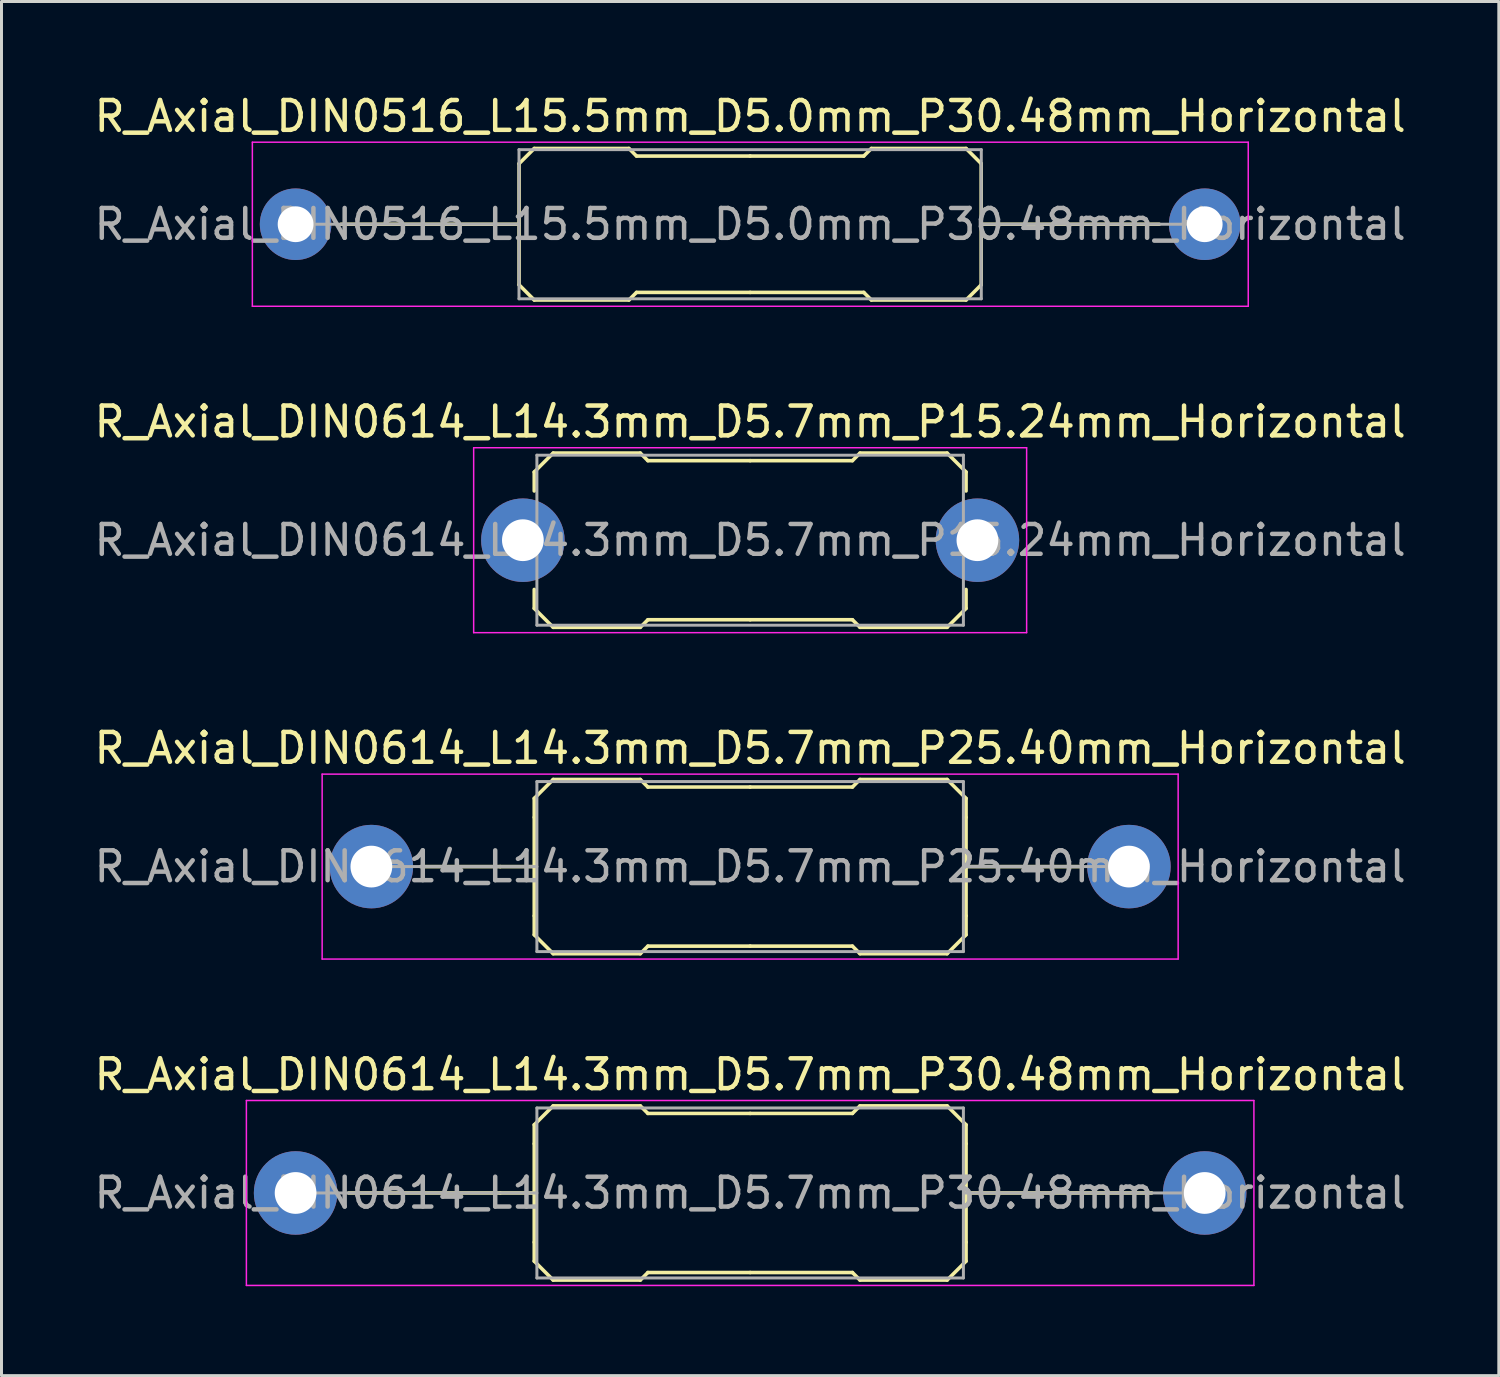
<source format=kicad_pcb>
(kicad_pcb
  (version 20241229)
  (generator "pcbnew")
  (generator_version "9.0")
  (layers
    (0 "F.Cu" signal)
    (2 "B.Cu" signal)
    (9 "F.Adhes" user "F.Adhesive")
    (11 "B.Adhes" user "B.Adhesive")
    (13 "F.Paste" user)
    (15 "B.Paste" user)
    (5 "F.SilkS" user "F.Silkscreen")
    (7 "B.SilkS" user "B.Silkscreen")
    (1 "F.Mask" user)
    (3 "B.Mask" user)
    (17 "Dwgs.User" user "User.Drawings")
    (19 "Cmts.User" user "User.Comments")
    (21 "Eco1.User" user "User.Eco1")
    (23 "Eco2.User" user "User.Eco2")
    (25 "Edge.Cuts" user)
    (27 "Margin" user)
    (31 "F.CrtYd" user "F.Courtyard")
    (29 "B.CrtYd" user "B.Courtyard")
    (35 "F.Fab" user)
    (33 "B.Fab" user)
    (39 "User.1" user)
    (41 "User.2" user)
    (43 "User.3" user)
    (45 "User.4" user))
  (footprint "R_Axial_DIN0614_L14.3mm_D5.7mm_P25.40mm_Horizontal"
    (layer "F.Cu")
    (at 9.401 26.005)
    (property "Reference" "R_Axial_DIN0614_L14.3mm_D5.7mm_P25.40mm_Horizontal" (at 12.7 -3.97 0) (layer "F.SilkS") (effects (font (size 1 1) (thickness 0.15))))
    (attr through_hole)
    (fp_line (start 4.318 0) (end 1.651 0) (stroke (width 0.12) (type solid)) (layer "F.SilkS"))
    (fp_line (start 4.318 0) (end 5.461 0) (stroke (width 0.12) (type solid)) (layer "F.SilkS"))
    (fp_line (start 5.461 -2.286) (end 5.461 -1.651) (stroke (width 0.12) (type solid)) (layer "F.SilkS"))
    (fp_line (start 5.461 -2.286) (end 6.096 -2.921) (stroke (width 0.12) (type solid)) (layer "F.SilkS"))
    (fp_line (start 5.461 1.651) (end 5.461 -1.651) (stroke (width 0.12) (type solid)) (layer "F.SilkS"))
    (fp_line (start 5.461 2.286) (end 5.461 1.651) (stroke (width 0.12) (type solid)) (layer "F.SilkS"))
    (fp_line (start 5.461 2.286) (end 6.096 2.921) (stroke (width 0.12) (type solid)) (layer "F.SilkS"))
    (fp_line (start 6.096 -2.921) (end 9.017 -2.921) (stroke (width 0.12) (type solid)) (layer "F.SilkS"))
    (fp_line (start 6.096 2.921) (end 9.017 2.921) (stroke (width 0.12) (type solid)) (layer "F.SilkS"))
    (fp_line (start 9.017 -2.921) (end 9.271 -2.667) (stroke (width 0.12) (type solid)) (layer "F.SilkS"))
    (fp_line (start 9.017 2.921) (end 9.271 2.667) (stroke (width 0.12) (type solid)) (layer "F.SilkS"))
    (fp_line (start 9.271 -2.667) (end 12.7 -2.667) (stroke (width 0.12) (type solid)) (layer "F.SilkS"))
    (fp_line (start 9.271 2.667) (end 12.7 2.667) (stroke (width 0.12) (type solid)) (layer "F.SilkS"))
    (fp_line (start 16.129 -2.667) (end 12.7 -2.667) (stroke (width 0.12) (type solid)) (layer "F.SilkS"))
    (fp_line (start 16.129 2.667) (end 12.7 2.667) (stroke (width 0.12) (type solid)) (layer "F.SilkS"))
    (fp_line (start 16.383 -2.921) (end 16.129 -2.667) (stroke (width 0.12) (type solid)) (layer "F.SilkS"))
    (fp_line (start 16.383 2.921) (end 16.129 2.667) (stroke (width 0.12) (type solid)) (layer "F.SilkS"))
    (fp_line (start 19.304 -2.921) (end 16.383 -2.921) (stroke (width 0.12) (type solid)) (layer "F.SilkS"))
    (fp_line (start 19.304 2.921) (end 16.383 2.921) (stroke (width 0.12) (type solid)) (layer "F.SilkS"))
    (fp_line (start 19.939 -2.286) (end 19.304 -2.921) (stroke (width 0.12) (type solid)) (layer "F.SilkS"))
    (fp_line (start 19.939 -2.286) (end 19.939 -1.651) (stroke (width 0.12) (type solid)) (layer "F.SilkS"))
    (fp_line (start 19.939 0) (end 23.749 0) (stroke (width 0.12) (type solid)) (layer "F.SilkS"))
    (fp_line (start 19.939 1.651) (end 19.939 -1.651) (stroke (width 0.12) (type solid)) (layer "F.SilkS"))
    (fp_line (start 19.939 2.286) (end 19.304 2.921) (stroke (width 0.12) (type solid)) (layer "F.SilkS"))
    (fp_line (start 19.939 2.286) (end 19.939 1.651) (stroke (width 0.12) (type solid)) (layer "F.SilkS"))
    (fp_line (start -1.65 -3.1) (end -1.65 3.1) (stroke (width 0.05) (type solid)) (layer "F.CrtYd"))
    (fp_line (start -1.65 3.1) (end 27.05 3.1) (stroke (width 0.05) (type solid)) (layer "F.CrtYd"))
    (fp_line (start 27.05 -3.1) (end -1.65 -3.1) (stroke (width 0.05) (type solid)) (layer "F.CrtYd"))
    (fp_line (start 27.05 3.1) (end 27.05 -3.1) (stroke (width 0.05) (type solid)) (layer "F.CrtYd"))
    (fp_line (start 0 0) (end 5.55 0) (stroke (width 0.1) (type solid)) (layer "F.Fab"))
    (fp_line (start 5.55 -2.85) (end 5.55 2.85) (stroke (width 0.1) (type solid)) (layer "F.Fab"))
    (fp_line (start 5.55 2.85) (end 19.85 2.85) (stroke (width 0.1) (type solid)) (layer "F.Fab"))
    (fp_line (start 19.85 -2.85) (end 5.55 -2.85) (stroke (width 0.1) (type solid)) (layer "F.Fab"))
    (fp_line (start 19.85 2.85) (end 19.85 -2.85) (stroke (width 0.1) (type solid)) (layer "F.Fab"))
    (fp_line (start 25.4 0) (end 19.85 0) (stroke (width 0.1) (type solid)) (layer "F.Fab"))
    (fp_text user "${REFERENCE}" (at 12.7 0 0) (layer "F.Fab") (effects (font (size 1 1) (thickness 0.15))))
    (pad "1" thru_hole circle (at 0 0) (size 2.8 2.8) (drill 1.4) (layers "*.Cu" "*.Mask"))
    (pad "2" thru_hole oval (at 25.4 0) (size 2.8 2.8) (drill 1.4) (layers "*.Cu" "*.Mask")))
  (footprint "R_Axial_DIN0516_L15.5mm_D5.0mm_P30.48mm_Horizontal"
    (layer "F.Cu")
    (at 6.861 4.468)
    (property "Reference" "R_Axial_DIN0516_L15.5mm_D5.0mm_P30.48mm_Horizontal" (at 15.24 -3.62 0) (layer "F.SilkS") (effects (font (size 1 1) (thickness 0.15))))
    (attr through_hole)
    (fp_line (start 7.493 -2.032) (end 8.001 -2.54) (stroke (width 0.12) (type solid)) (layer "F.SilkS"))
    (fp_line (start 7.493 0) (end 1.524 0) (stroke (width 0.12) (type solid)) (layer "F.SilkS"))
    (fp_line (start 7.493 2.032) (end 7.493 -2.032) (stroke (width 0.12) (type solid)) (layer "F.SilkS"))
    (fp_line (start 7.493 2.032) (end 8.001 2.54) (stroke (width 0.12) (type solid)) (layer "F.SilkS"))
    (fp_line (start 8.001 -2.54) (end 11.176 -2.54) (stroke (width 0.12) (type solid)) (layer "F.SilkS"))
    (fp_line (start 8.001 2.54) (end 11.176 2.54) (stroke (width 0.12) (type solid)) (layer "F.SilkS"))
    (fp_line (start 11.176 -2.54) (end 11.43 -2.286) (stroke (width 0.12) (type solid)) (layer "F.SilkS"))
    (fp_line (start 11.176 2.54) (end 11.43 2.286) (stroke (width 0.12) (type solid)) (layer "F.SilkS"))
    (fp_line (start 11.43 -2.286) (end 15.24 -2.286) (stroke (width 0.12) (type solid)) (layer "F.SilkS"))
    (fp_line (start 11.43 2.286) (end 15.24 2.286) (stroke (width 0.12) (type solid)) (layer "F.SilkS"))
    (fp_line (start 19.05 -2.286) (end 15.24 -2.286) (stroke (width 0.12) (type solid)) (layer "F.SilkS"))
    (fp_line (start 19.05 2.286) (end 15.24 2.286) (stroke (width 0.12) (type solid)) (layer "F.SilkS"))
    (fp_line (start 19.304 -2.54) (end 19.05 -2.286) (stroke (width 0.12) (type solid)) (layer "F.SilkS"))
    (fp_line (start 19.304 2.54) (end 19.05 2.286) (stroke (width 0.12) (type solid)) (layer "F.SilkS"))
    (fp_line (start 22.479 -2.54) (end 19.304 -2.54) (stroke (width 0.12) (type solid)) (layer "F.SilkS"))
    (fp_line (start 22.479 2.54) (end 19.304 2.54) (stroke (width 0.12) (type solid)) (layer "F.SilkS"))
    (fp_line (start 22.987 -2.032) (end 22.479 -2.54) (stroke (width 0.12) (type solid)) (layer "F.SilkS"))
    (fp_line (start 22.987 2.032) (end 22.479 2.54) (stroke (width 0.12) (type solid)) (layer "F.SilkS"))
    (fp_line (start 22.987 2.032) (end 22.987 -2.032) (stroke (width 0.12) (type solid)) (layer "F.SilkS"))
    (fp_line (start 28.956 0) (end 22.987 0) (stroke (width 0.12) (type solid)) (layer "F.SilkS"))
    (fp_line (start -1.45 -2.75) (end -1.45 2.75) (stroke (width 0.05) (type solid)) (layer "F.CrtYd"))
    (fp_line (start -1.45 2.75) (end 31.94 2.75) (stroke (width 0.05) (type solid)) (layer "F.CrtYd"))
    (fp_line (start 31.94 -2.75) (end -1.45 -2.75) (stroke (width 0.05) (type solid)) (layer "F.CrtYd"))
    (fp_line (start 31.94 2.75) (end 31.94 -2.75) (stroke (width 0.05) (type solid)) (layer "F.CrtYd"))
    (fp_line (start 0 0) (end 7.49 0) (stroke (width 0.1) (type solid)) (layer "F.Fab"))
    (fp_line (start 7.49 -2.5) (end 7.49 2.5) (stroke (width 0.1) (type solid)) (layer "F.Fab"))
    (fp_line (start 7.49 2.5) (end 22.99 2.5) (stroke (width 0.1) (type solid)) (layer "F.Fab"))
    (fp_line (start 22.99 -2.5) (end 7.49 -2.5) (stroke (width 0.1) (type solid)) (layer "F.Fab"))
    (fp_line (start 22.99 2.5) (end 22.99 -2.5) (stroke (width 0.1) (type solid)) (layer "F.Fab"))
    (fp_line (start 30.48 0) (end 22.99 0) (stroke (width 0.1) (type solid)) (layer "F.Fab"))
    (fp_text user "${REFERENCE}" (at 15.24 0 0) (layer "F.Fab") (effects (font (size 1 1) (thickness 0.15))))
    (pad "1" thru_hole circle (at 0 0) (size 2.4 2.4) (drill 1.2) (layers "*.Cu" "*.Mask"))
    (pad "2" thru_hole oval (at 30.48 0) (size 2.4 2.4) (drill 1.2) (layers "*.Cu" "*.Mask")))
  (footprint "R_Axial_DIN0614_L14.3mm_D5.7mm_P15.24mm_Horizontal"
    (layer "F.Cu")
    (at 14.481 15.062)
    (property "Reference" "R_Axial_DIN0614_L14.3mm_D5.7mm_P15.24mm_Horizontal" (at 7.62 -3.97 0) (layer "F.SilkS") (effects (font (size 1 1) (thickness 0.15))))
    (attr through_hole)
    (fp_line (start 0.381 -2.286) (end 0.381 -1.651) (stroke (width 0.12) (type solid)) (layer "F.SilkS"))
    (fp_line (start 0.381 -2.286) (end 1.016 -2.921) (stroke (width 0.12) (type solid)) (layer "F.SilkS"))
    (fp_line (start 0.381 2.286) (end 0.381 1.651) (stroke (width 0.12) (type solid)) (layer "F.SilkS"))
    (fp_line (start 0.381 2.286) (end 1.016 2.921) (stroke (width 0.12) (type solid)) (layer "F.SilkS"))
    (fp_line (start 1.016 -2.921) (end 3.937 -2.921) (stroke (width 0.12) (type solid)) (layer "F.SilkS"))
    (fp_line (start 1.016 2.921) (end 3.937 2.921) (stroke (width 0.12) (type solid)) (layer "F.SilkS"))
    (fp_line (start 3.937 -2.921) (end 4.191 -2.667) (stroke (width 0.12) (type solid)) (layer "F.SilkS"))
    (fp_line (start 3.937 2.921) (end 4.191 2.667) (stroke (width 0.12) (type solid)) (layer "F.SilkS"))
    (fp_line (start 4.191 -2.667) (end 7.62 -2.667) (stroke (width 0.12) (type solid)) (layer "F.SilkS"))
    (fp_line (start 4.191 2.667) (end 7.62 2.667) (stroke (width 0.12) (type solid)) (layer "F.SilkS"))
    (fp_line (start 11.049 -2.667) (end 7.62 -2.667) (stroke (width 0.12) (type solid)) (layer "F.SilkS"))
    (fp_line (start 11.049 2.667) (end 7.62 2.667) (stroke (width 0.12) (type solid)) (layer "F.SilkS"))
    (fp_line (start 11.303 -2.921) (end 11.049 -2.667) (stroke (width 0.12) (type solid)) (layer "F.SilkS"))
    (fp_line (start 11.303 2.921) (end 11.049 2.667) (stroke (width 0.12) (type solid)) (layer "F.SilkS"))
    (fp_line (start 14.224 -2.921) (end 11.303 -2.921) (stroke (width 0.12) (type solid)) (layer "F.SilkS"))
    (fp_line (start 14.224 2.921) (end 11.303 2.921) (stroke (width 0.12) (type solid)) (layer "F.SilkS"))
    (fp_line (start 14.859 -2.286) (end 14.224 -2.921) (stroke (width 0.12) (type solid)) (layer "F.SilkS"))
    (fp_line (start 14.859 -2.286) (end 14.859 -1.651) (stroke (width 0.12) (type solid)) (layer "F.SilkS"))
    (fp_line (start 14.859 2.286) (end 14.224 2.921) (stroke (width 0.12) (type solid)) (layer "F.SilkS"))
    (fp_line (start 14.859 2.286) (end 14.859 1.651) (stroke (width 0.12) (type solid)) (layer "F.SilkS"))
    (fp_line (start -1.65 -3.1) (end -1.65 3.1) (stroke (width 0.05) (type solid)) (layer "F.CrtYd"))
    (fp_line (start -1.65 3.1) (end 16.89 3.1) (stroke (width 0.05) (type solid)) (layer "F.CrtYd"))
    (fp_line (start 16.89 -3.1) (end -1.65 -3.1) (stroke (width 0.05) (type solid)) (layer "F.CrtYd"))
    (fp_line (start 16.89 3.1) (end 16.89 -3.1) (stroke (width 0.05) (type solid)) (layer "F.CrtYd"))
    (fp_line (start 0 0) (end 0.47 0) (stroke (width 0.1) (type solid)) (layer "F.Fab"))
    (fp_line (start 0.47 -2.85) (end 0.47 2.85) (stroke (width 0.1) (type solid)) (layer "F.Fab"))
    (fp_line (start 0.47 2.85) (end 14.77 2.85) (stroke (width 0.1) (type solid)) (layer "F.Fab"))
    (fp_line (start 14.77 -2.85) (end 0.47 -2.85) (stroke (width 0.1) (type solid)) (layer "F.Fab"))
    (fp_line (start 14.77 2.85) (end 14.77 -2.85) (stroke (width 0.1) (type solid)) (layer "F.Fab"))
    (fp_line (start 15.24 0) (end 14.77 0) (stroke (width 0.1) (type solid)) (layer "F.Fab"))
    (fp_text user "${REFERENCE}" (at 7.62 0 0) (layer "F.Fab") (effects (font (size 1 1) (thickness 0.15))))
    (pad "1" thru_hole circle (at 0 0) (size 2.8 2.8) (drill 1.4) (layers "*.Cu" "*.Mask"))
    (pad "2" thru_hole oval (at 15.24 0) (size 2.8 2.8) (drill 1.4) (layers "*.Cu" "*.Mask")))
  (footprint "R_Axial_DIN0614_L14.3mm_D5.7mm_P30.48mm_Horizontal"
    (layer "F.Cu")
    (at 6.861 36.948)
    (property "Reference" "R_Axial_DIN0614_L14.3mm_D5.7mm_P30.48mm_Horizontal" (at 15.24 -3.97 0) (layer "F.SilkS") (effects (font (size 1 1) (thickness 0.15))))
    (attr through_hole)
    (fp_line (start 6.858 0) (end 1.778 0) (stroke (width 0.12) (type solid)) (layer "F.SilkS"))
    (fp_line (start 6.858 0) (end 8.001 0) (stroke (width 0.12) (type solid)) (layer "F.SilkS"))
    (fp_line (start 8.001 -2.286) (end 8.001 -1.651) (stroke (width 0.12) (type solid)) (layer "F.SilkS"))
    (fp_line (start 8.001 -2.286) (end 8.636 -2.921) (stroke (width 0.12) (type solid)) (layer "F.SilkS"))
    (fp_line (start 8.001 1.651) (end 8.001 -1.651) (stroke (width 0.12) (type solid)) (layer "F.SilkS"))
    (fp_line (start 8.001 2.286) (end 8.001 1.651) (stroke (width 0.12) (type solid)) (layer "F.SilkS"))
    (fp_line (start 8.001 2.286) (end 8.636 2.921) (stroke (width 0.12) (type solid)) (layer "F.SilkS"))
    (fp_line (start 8.636 -2.921) (end 11.557 -2.921) (stroke (width 0.12) (type solid)) (layer "F.SilkS"))
    (fp_line (start 8.636 2.921) (end 11.557 2.921) (stroke (width 0.12) (type solid)) (layer "F.SilkS"))
    (fp_line (start 11.557 -2.921) (end 11.811 -2.667) (stroke (width 0.12) (type solid)) (layer "F.SilkS"))
    (fp_line (start 11.557 2.921) (end 11.811 2.667) (stroke (width 0.12) (type solid)) (layer "F.SilkS"))
    (fp_line (start 11.811 -2.667) (end 15.24 -2.667) (stroke (width 0.12) (type solid)) (layer "F.SilkS"))
    (fp_line (start 11.811 2.667) (end 15.24 2.667) (stroke (width 0.12) (type solid)) (layer "F.SilkS"))
    (fp_line (start 18.669 -2.667) (end 15.24 -2.667) (stroke (width 0.12) (type solid)) (layer "F.SilkS"))
    (fp_line (start 18.669 2.667) (end 15.24 2.667) (stroke (width 0.12) (type solid)) (layer "F.SilkS"))
    (fp_line (start 18.923 -2.921) (end 18.669 -2.667) (stroke (width 0.12) (type solid)) (layer "F.SilkS"))
    (fp_line (start 18.923 2.921) (end 18.669 2.667) (stroke (width 0.12) (type solid)) (layer "F.SilkS"))
    (fp_line (start 21.844 -2.921) (end 18.923 -2.921) (stroke (width 0.12) (type solid)) (layer "F.SilkS"))
    (fp_line (start 21.844 2.921) (end 18.923 2.921) (stroke (width 0.12) (type solid)) (layer "F.SilkS"))
    (fp_line (start 22.479 -2.286) (end 21.844 -2.921) (stroke (width 0.12) (type solid)) (layer "F.SilkS"))
    (fp_line (start 22.479 -2.286) (end 22.479 -1.651) (stroke (width 0.12) (type solid)) (layer "F.SilkS"))
    (fp_line (start 22.479 0) (end 28.702 0) (stroke (width 0.12) (type solid)) (layer "F.SilkS"))
    (fp_line (start 22.479 1.651) (end 22.479 -1.651) (stroke (width 0.12) (type solid)) (layer "F.SilkS"))
    (fp_line (start 22.479 2.286) (end 21.844 2.921) (stroke (width 0.12) (type solid)) (layer "F.SilkS"))
    (fp_line (start 22.479 2.286) (end 22.479 1.651) (stroke (width 0.12) (type solid)) (layer "F.SilkS"))
    (fp_line (start -1.65 -3.1) (end -1.65 3.1) (stroke (width 0.05) (type solid)) (layer "F.CrtYd"))
    (fp_line (start -1.65 3.1) (end 32.13 3.1) (stroke (width 0.05) (type solid)) (layer "F.CrtYd"))
    (fp_line (start 32.13 -3.1) (end -1.65 -3.1) (stroke (width 0.05) (type solid)) (layer "F.CrtYd"))
    (fp_line (start 32.13 3.1) (end 32.13 -3.1) (stroke (width 0.05) (type solid)) (layer "F.CrtYd"))
    (fp_line (start 0 0) (end 8.09 0) (stroke (width 0.1) (type solid)) (layer "F.Fab"))
    (fp_line (start 8.09 -2.85) (end 8.09 2.85) (stroke (width 0.1) (type solid)) (layer "F.Fab"))
    (fp_line (start 8.09 2.85) (end 22.39 2.85) (stroke (width 0.1) (type solid)) (layer "F.Fab"))
    (fp_line (start 22.39 -2.85) (end 8.09 -2.85) (stroke (width 0.1) (type solid)) (layer "F.Fab"))
    (fp_line (start 22.39 2.85) (end 22.39 -2.85) (stroke (width 0.1) (type solid)) (layer "F.Fab"))
    (fp_line (start 30.48 0) (end 22.39 0) (stroke (width 0.1) (type solid)) (layer "F.Fab"))
    (fp_text user "${REFERENCE}" (at 15.24 0 0) (layer "F.Fab") (effects (font (size 1 1) (thickness 0.15))))
    (pad "1" thru_hole circle (at 0 0) (size 2.8 2.8) (drill 1.4) (layers "*.Cu" "*.Mask"))
    (pad "2" thru_hole oval (at 30.48 0) (size 2.8 2.8) (drill 1.4) (layers "*.Cu" "*.Mask")))
  (gr_rect
    (start -3 -3)
    (end 47.202 43.073)
    (stroke (width 0.1) (type default))
    (fill no)
    (layer "Edge.Cuts")))
</source>
